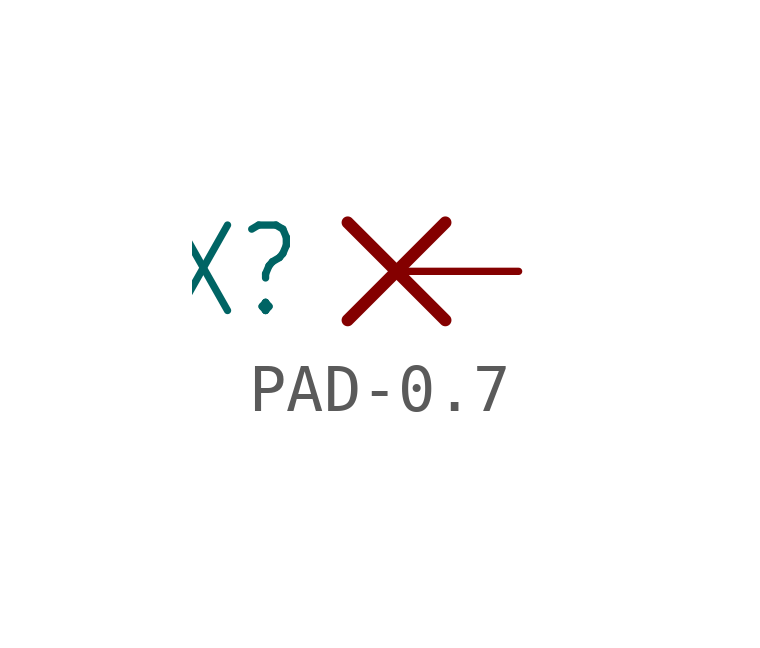
<source format=kicad_sym>
(kicad_symbol_lib
  (version 20231120)
  (generator "kicad_symbol_editor")
  (generator_version "8.0")
  (symbol "PAD-0.7"
    (property "Reference" "X"
      (at -1.905 0 0)
      (effects (font (size 1.778 1.511)) (justify right)))
    (property "ki_locked" ""
      (at 0 0 0)
      (effects (font (size 1.27 1.27))))
    (symbol "PAD-0.7_1_0"
      (polyline (pts (xy -1.016 -1.016) (xy 1.016 1.016)) (stroke (width 0.254) (type solid)) (fill (type none)))
      (polyline (pts (xy -1.016 1.016) (xy 1.016 -1.016)) (stroke (width 0.254) (type solid)) (fill (type none)))
      (pin passive line (at 2.54 0 180) (length 2.54) (name "P" (effects (font (size 0 0)))) (number "1" (effects (font (size 0 0))))))))
</source>
